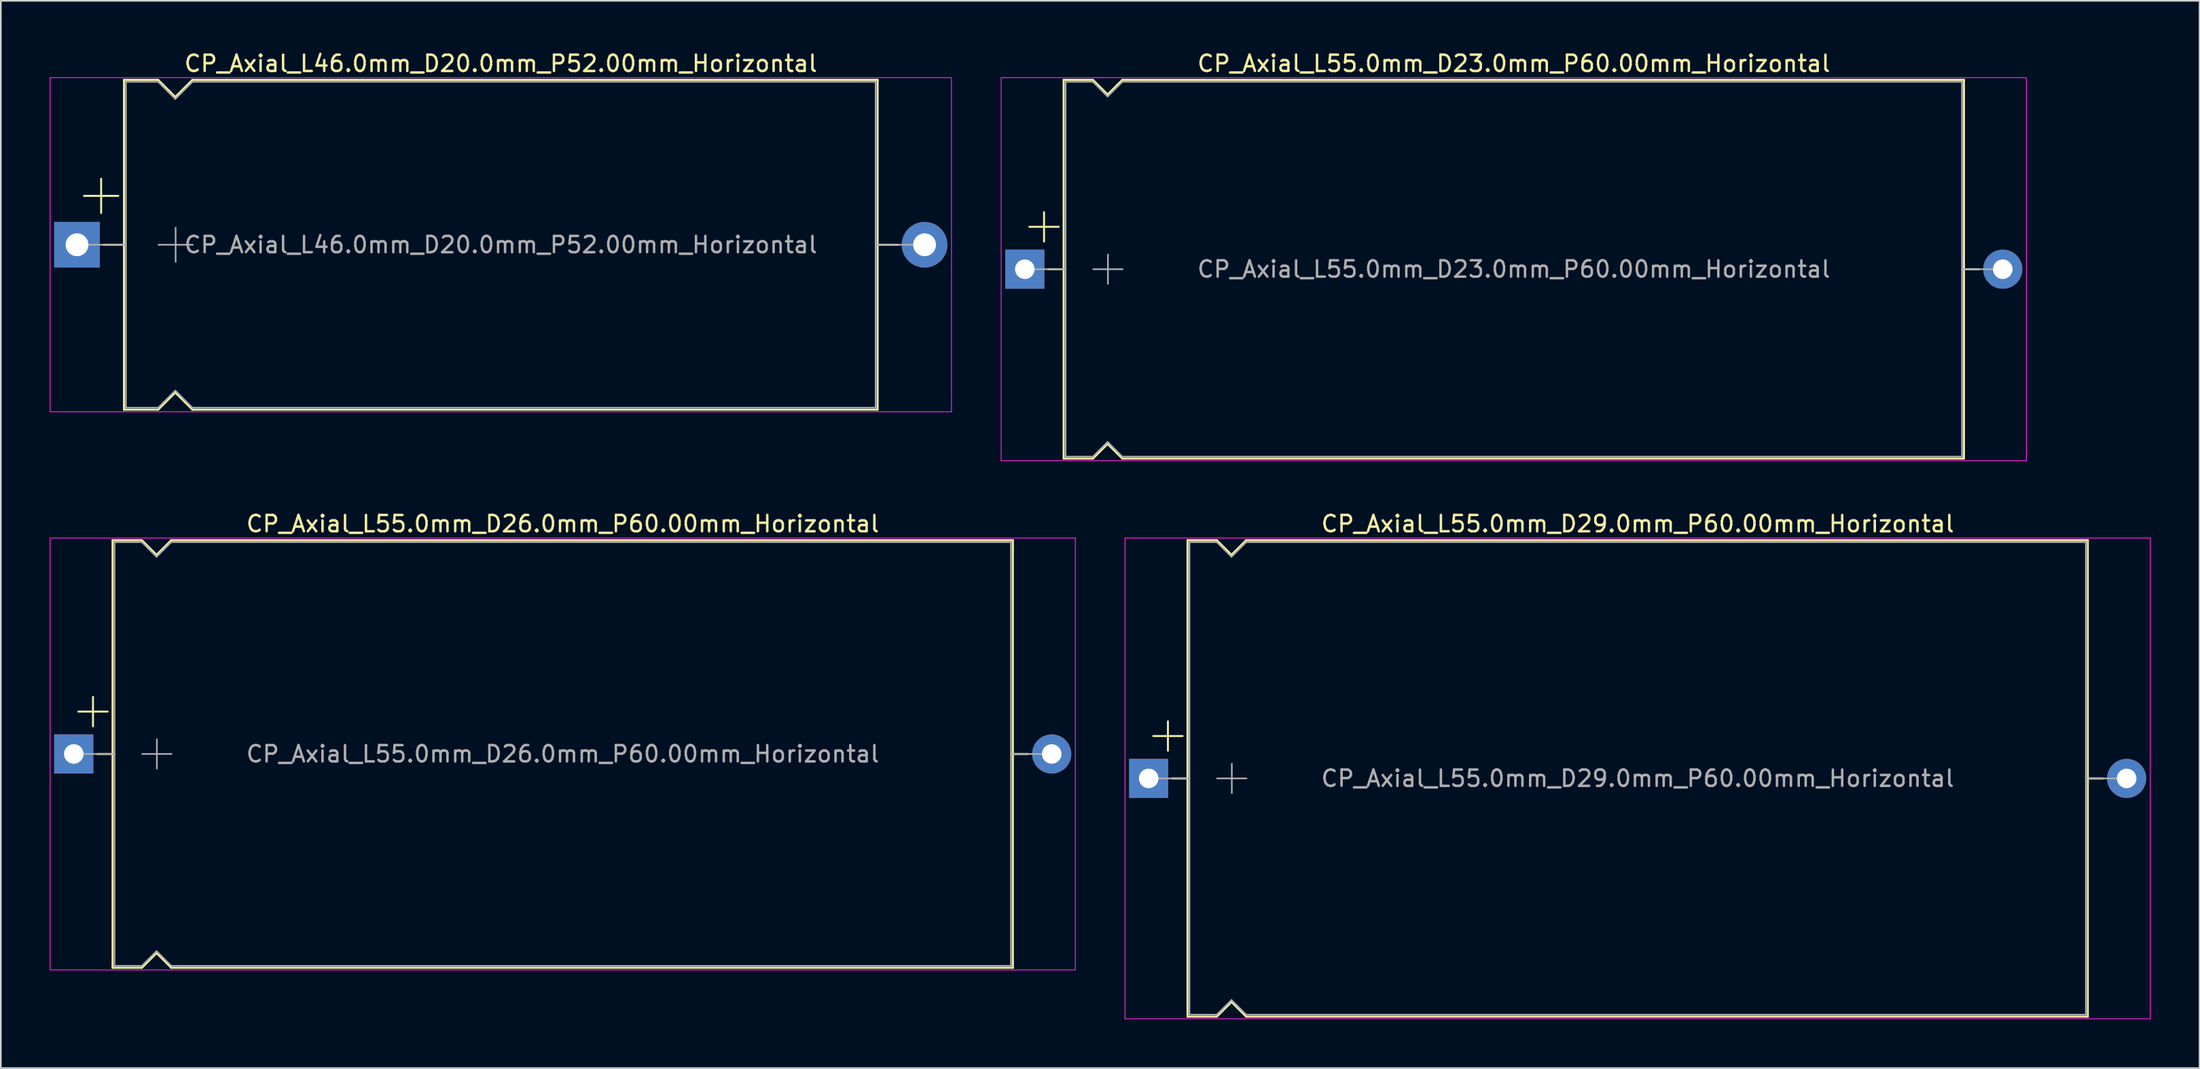
<source format=kicad_pcb>
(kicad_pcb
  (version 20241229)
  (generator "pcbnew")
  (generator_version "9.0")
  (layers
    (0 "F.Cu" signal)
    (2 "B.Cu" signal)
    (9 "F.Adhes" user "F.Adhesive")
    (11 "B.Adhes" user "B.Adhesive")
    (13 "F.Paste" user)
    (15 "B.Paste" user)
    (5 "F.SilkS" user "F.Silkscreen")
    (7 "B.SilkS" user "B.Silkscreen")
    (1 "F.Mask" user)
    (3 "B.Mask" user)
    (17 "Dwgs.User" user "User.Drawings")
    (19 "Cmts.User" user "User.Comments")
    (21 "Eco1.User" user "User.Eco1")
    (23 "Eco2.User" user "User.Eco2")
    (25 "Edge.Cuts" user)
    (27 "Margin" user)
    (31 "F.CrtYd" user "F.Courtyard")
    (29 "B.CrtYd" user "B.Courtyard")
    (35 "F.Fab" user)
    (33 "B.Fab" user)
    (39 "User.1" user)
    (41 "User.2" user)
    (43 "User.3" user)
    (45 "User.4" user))
  (footprint "CP_Axial_L55.0mm_D23.0mm_P60.00mm_Horizontal"
    (layer "F.Cu")
    (at 59.825 13.468)
    (property "Reference" "CP_Axial_L55.0mm_D23.0mm_P60.00mm_Horizontal" (at 30 -12.62 0) (layer "F.SilkS") (effects (font (size 1 1) (thickness 0.15))))
    (attr through_hole)
    (fp_line (start 0.28 -2.6) (end 2.08 -2.6) (stroke (width 0.12) (type solid)) (layer "F.SilkS"))
    (fp_line (start 1.18 -3.5) (end 1.18 -1.7) (stroke (width 0.12) (type solid)) (layer "F.SilkS"))
    (fp_line (start 1.44 0) (end 2.38 0) (stroke (width 0.12) (type solid)) (layer "F.SilkS"))
    (fp_line (start 2.38 -11.62) (end 2.38 11.62) (stroke (width 0.12) (type solid)) (layer "F.SilkS"))
    (fp_line (start 2.38 -11.62) (end 4.18 -11.62) (stroke (width 0.12) (type solid)) (layer "F.SilkS"))
    (fp_line (start 2.38 11.62) (end 4.18 11.62) (stroke (width 0.12) (type solid)) (layer "F.SilkS"))
    (fp_line (start 4.18 -11.62) (end 5.08 -10.72) (stroke (width 0.12) (type solid)) (layer "F.SilkS"))
    (fp_line (start 4.18 11.62) (end 5.08 10.72) (stroke (width 0.12) (type solid)) (layer "F.SilkS"))
    (fp_line (start 5.08 -10.72) (end 5.98 -11.62) (stroke (width 0.12) (type solid)) (layer "F.SilkS"))
    (fp_line (start 5.08 10.72) (end 5.98 11.62) (stroke (width 0.12) (type solid)) (layer "F.SilkS"))
    (fp_line (start 5.98 -11.62) (end 57.62 -11.62) (stroke (width 0.12) (type solid)) (layer "F.SilkS"))
    (fp_line (start 5.98 11.62) (end 57.62 11.62) (stroke (width 0.12) (type solid)) (layer "F.SilkS"))
    (fp_line (start 57.62 -11.62) (end 57.62 11.62) (stroke (width 0.12) (type solid)) (layer "F.SilkS"))
    (fp_line (start 58.56 0) (end 57.62 0) (stroke (width 0.12) (type solid)) (layer "F.SilkS"))
    (fp_line (start -1.45 -11.75) (end -1.45 11.75) (stroke (width 0.05) (type solid)) (layer "F.CrtYd"))
    (fp_line (start -1.45 11.75) (end 61.45 11.75) (stroke (width 0.05) (type solid)) (layer "F.CrtYd"))
    (fp_line (start 61.45 -11.75) (end -1.45 -11.75) (stroke (width 0.05) (type solid)) (layer "F.CrtYd"))
    (fp_line (start 61.45 11.75) (end 61.45 -11.75) (stroke (width 0.05) (type solid)) (layer "F.CrtYd"))
    (fp_line (start 0 0) (end 2.5 0) (stroke (width 0.1) (type solid)) (layer "F.Fab"))
    (fp_line (start 2.5 -11.5) (end 2.5 11.5) (stroke (width 0.1) (type solid)) (layer "F.Fab"))
    (fp_line (start 2.5 -11.5) (end 4.18 -11.5) (stroke (width 0.1) (type solid)) (layer "F.Fab"))
    (fp_line (start 2.5 11.5) (end 4.18 11.5) (stroke (width 0.1) (type solid)) (layer "F.Fab"))
    (fp_line (start 4.18 -11.5) (end 5.08 -10.6) (stroke (width 0.1) (type solid)) (layer "F.Fab"))
    (fp_line (start 4.18 11.5) (end 5.08 10.6) (stroke (width 0.1) (type solid)) (layer "F.Fab"))
    (fp_line (start 4.2 0) (end 6 0) (stroke (width 0.1) (type solid)) (layer "F.Fab"))
    (fp_line (start 5.08 -10.6) (end 5.98 -11.5) (stroke (width 0.1) (type solid)) (layer "F.Fab"))
    (fp_line (start 5.08 10.6) (end 5.98 11.5) (stroke (width 0.1) (type solid)) (layer "F.Fab"))
    (fp_line (start 5.1 -0.9) (end 5.1 0.9) (stroke (width 0.1) (type solid)) (layer "F.Fab"))
    (fp_line (start 5.98 -11.5) (end 57.5 -11.5) (stroke (width 0.1) (type solid)) (layer "F.Fab"))
    (fp_line (start 5.98 11.5) (end 57.5 11.5) (stroke (width 0.1) (type solid)) (layer "F.Fab"))
    (fp_line (start 57.5 -11.5) (end 57.5 11.5) (stroke (width 0.1) (type solid)) (layer "F.Fab"))
    (fp_line (start 60 0) (end 57.5 0) (stroke (width 0.1) (type solid)) (layer "F.Fab"))
    (fp_text user "${REFERENCE}" (at 30 0 0) (layer "F.Fab") (effects (font (size 1 1) (thickness 0.15))))
    (pad "1" thru_hole rect (at 0 0) (size 2.4 2.4) (drill 1.2) (layers "*.Cu" "*.Mask"))
    (pad "2" thru_hole oval (at 60 0) (size 2.4 2.4) (drill 1.2) (layers "*.Cu" "*.Mask")))
  (footprint "CP_Axial_L55.0mm_D26.0mm_P60.00mm_Horizontal"
    (layer "F.Cu")
    (at 1.475 43.212)
    (property "Reference" "CP_Axial_L55.0mm_D26.0mm_P60.00mm_Horizontal" (at 30 -14.12 0) (layer "F.SilkS") (effects (font (size 1 1) (thickness 0.15))))
    (attr through_hole)
    (fp_line (start 0.28 -2.6) (end 2.08 -2.6) (stroke (width 0.12) (type solid)) (layer "F.SilkS"))
    (fp_line (start 1.18 -3.5) (end 1.18 -1.7) (stroke (width 0.12) (type solid)) (layer "F.SilkS"))
    (fp_line (start 1.44 0) (end 2.38 0) (stroke (width 0.12) (type solid)) (layer "F.SilkS"))
    (fp_line (start 2.38 -13.12) (end 2.38 13.12) (stroke (width 0.12) (type solid)) (layer "F.SilkS"))
    (fp_line (start 2.38 -13.12) (end 4.18 -13.12) (stroke (width 0.12) (type solid)) (layer "F.SilkS"))
    (fp_line (start 2.38 13.12) (end 4.18 13.12) (stroke (width 0.12) (type solid)) (layer "F.SilkS"))
    (fp_line (start 4.18 -13.12) (end 5.08 -12.22) (stroke (width 0.12) (type solid)) (layer "F.SilkS"))
    (fp_line (start 4.18 13.12) (end 5.08 12.22) (stroke (width 0.12) (type solid)) (layer "F.SilkS"))
    (fp_line (start 5.08 -12.22) (end 5.98 -13.12) (stroke (width 0.12) (type solid)) (layer "F.SilkS"))
    (fp_line (start 5.08 12.22) (end 5.98 13.12) (stroke (width 0.12) (type solid)) (layer "F.SilkS"))
    (fp_line (start 5.98 -13.12) (end 57.62 -13.12) (stroke (width 0.12) (type solid)) (layer "F.SilkS"))
    (fp_line (start 5.98 13.12) (end 57.62 13.12) (stroke (width 0.12) (type solid)) (layer "F.SilkS"))
    (fp_line (start 57.62 -13.12) (end 57.62 13.12) (stroke (width 0.12) (type solid)) (layer "F.SilkS"))
    (fp_line (start 58.56 0) (end 57.62 0) (stroke (width 0.12) (type solid)) (layer "F.SilkS"))
    (fp_line (start -1.45 -13.25) (end -1.45 13.25) (stroke (width 0.05) (type solid)) (layer "F.CrtYd"))
    (fp_line (start -1.45 13.25) (end 61.45 13.25) (stroke (width 0.05) (type solid)) (layer "F.CrtYd"))
    (fp_line (start 61.45 -13.25) (end -1.45 -13.25) (stroke (width 0.05) (type solid)) (layer "F.CrtYd"))
    (fp_line (start 61.45 13.25) (end 61.45 -13.25) (stroke (width 0.05) (type solid)) (layer "F.CrtYd"))
    (fp_line (start 0 0) (end 2.5 0) (stroke (width 0.1) (type solid)) (layer "F.Fab"))
    (fp_line (start 2.5 -13) (end 2.5 13) (stroke (width 0.1) (type solid)) (layer "F.Fab"))
    (fp_line (start 2.5 -13) (end 4.18 -13) (stroke (width 0.1) (type solid)) (layer "F.Fab"))
    (fp_line (start 2.5 13) (end 4.18 13) (stroke (width 0.1) (type solid)) (layer "F.Fab"))
    (fp_line (start 4.18 -13) (end 5.08 -12.1) (stroke (width 0.1) (type solid)) (layer "F.Fab"))
    (fp_line (start 4.18 13) (end 5.08 12.1) (stroke (width 0.1) (type solid)) (layer "F.Fab"))
    (fp_line (start 4.2 0) (end 6 0) (stroke (width 0.1) (type solid)) (layer "F.Fab"))
    (fp_line (start 5.08 -12.1) (end 5.98 -13) (stroke (width 0.1) (type solid)) (layer "F.Fab"))
    (fp_line (start 5.08 12.1) (end 5.98 13) (stroke (width 0.1) (type solid)) (layer "F.Fab"))
    (fp_line (start 5.1 -0.9) (end 5.1 0.9) (stroke (width 0.1) (type solid)) (layer "F.Fab"))
    (fp_line (start 5.98 -13) (end 57.5 -13) (stroke (width 0.1) (type solid)) (layer "F.Fab"))
    (fp_line (start 5.98 13) (end 57.5 13) (stroke (width 0.1) (type solid)) (layer "F.Fab"))
    (fp_line (start 57.5 -13) (end 57.5 13) (stroke (width 0.1) (type solid)) (layer "F.Fab"))
    (fp_line (start 60 0) (end 57.5 0) (stroke (width 0.1) (type solid)) (layer "F.Fab"))
    (fp_text user "${REFERENCE}" (at 30 0 0) (layer "F.Fab") (effects (font (size 1 1) (thickness 0.15))))
    (pad "1" thru_hole rect (at 0 0) (size 2.4 2.4) (drill 1.2) (layers "*.Cu" "*.Mask"))
    (pad "2" thru_hole oval (at 60 0) (size 2.4 2.4) (drill 1.2) (layers "*.Cu" "*.Mask")))
  (footprint "CP_Axial_L46.0mm_D20.0mm_P52.00mm_Horizontal"
    (layer "F.Cu")
    (at 1.675 11.968)
    (property "Reference" "CP_Axial_L46.0mm_D20.0mm_P52.00mm_Horizontal" (at 26 -11.12 0) (layer "F.SilkS") (effects (font (size 1 1) (thickness 0.15))))
    (attr through_hole)
    (fp_line (start 0.43 -3) (end 2.53 -3) (stroke (width 0.12) (type solid)) (layer "F.SilkS"))
    (fp_line (start 1.48 -4.05) (end 1.48 -1.95) (stroke (width 0.12) (type solid)) (layer "F.SilkS"))
    (fp_line (start 1.64 0) (end 2.88 0) (stroke (width 0.12) (type solid)) (layer "F.SilkS"))
    (fp_line (start 2.88 -10.12) (end 2.88 10.12) (stroke (width 0.12) (type solid)) (layer "F.SilkS"))
    (fp_line (start 2.88 -10.12) (end 4.98 -10.12) (stroke (width 0.12) (type solid)) (layer "F.SilkS"))
    (fp_line (start 2.88 10.12) (end 4.98 10.12) (stroke (width 0.12) (type solid)) (layer "F.SilkS"))
    (fp_line (start 4.98 -10.12) (end 6.03 -9.07) (stroke (width 0.12) (type solid)) (layer "F.SilkS"))
    (fp_line (start 4.98 10.12) (end 6.03 9.07) (stroke (width 0.12) (type solid)) (layer "F.SilkS"))
    (fp_line (start 6.03 -9.07) (end 7.08 -10.12) (stroke (width 0.12) (type solid)) (layer "F.SilkS"))
    (fp_line (start 6.03 9.07) (end 7.08 10.12) (stroke (width 0.12) (type solid)) (layer "F.SilkS"))
    (fp_line (start 7.08 -10.12) (end 49.12 -10.12) (stroke (width 0.12) (type solid)) (layer "F.SilkS"))
    (fp_line (start 7.08 10.12) (end 49.12 10.12) (stroke (width 0.12) (type solid)) (layer "F.SilkS"))
    (fp_line (start 49.12 -10.12) (end 49.12 10.12) (stroke (width 0.12) (type solid)) (layer "F.SilkS"))
    (fp_line (start 50.36 0) (end 49.12 0) (stroke (width 0.12) (type solid)) (layer "F.SilkS"))
    (fp_line (start -1.65 -10.25) (end -1.65 10.25) (stroke (width 0.05) (type solid)) (layer "F.CrtYd"))
    (fp_line (start -1.65 10.25) (end 53.65 10.25) (stroke (width 0.05) (type solid)) (layer "F.CrtYd"))
    (fp_line (start 53.65 -10.25) (end -1.65 -10.25) (stroke (width 0.05) (type solid)) (layer "F.CrtYd"))
    (fp_line (start 53.65 10.25) (end 53.65 -10.25) (stroke (width 0.05) (type solid)) (layer "F.CrtYd"))
    (fp_line (start 0 0) (end 3 0) (stroke (width 0.1) (type solid)) (layer "F.Fab"))
    (fp_line (start 3 -10) (end 3 10) (stroke (width 0.1) (type solid)) (layer "F.Fab"))
    (fp_line (start 3 -10) (end 4.98 -10) (stroke (width 0.1) (type solid)) (layer "F.Fab"))
    (fp_line (start 3 10) (end 4.98 10) (stroke (width 0.1) (type solid)) (layer "F.Fab"))
    (fp_line (start 4.98 -10) (end 6.03 -8.95) (stroke (width 0.1) (type solid)) (layer "F.Fab"))
    (fp_line (start 4.98 10) (end 6.03 8.95) (stroke (width 0.1) (type solid)) (layer "F.Fab"))
    (fp_line (start 5 0) (end 7.1 0) (stroke (width 0.1) (type solid)) (layer "F.Fab"))
    (fp_line (start 6.03 -8.95) (end 7.08 -10) (stroke (width 0.1) (type solid)) (layer "F.Fab"))
    (fp_line (start 6.03 8.95) (end 7.08 10) (stroke (width 0.1) (type solid)) (layer "F.Fab"))
    (fp_line (start 6.05 -1.05) (end 6.05 1.05) (stroke (width 0.1) (type solid)) (layer "F.Fab"))
    (fp_line (start 7.08 -10) (end 49 -10) (stroke (width 0.1) (type solid)) (layer "F.Fab"))
    (fp_line (start 7.08 10) (end 49 10) (stroke (width 0.1) (type solid)) (layer "F.Fab"))
    (fp_line (start 49 -10) (end 49 10) (stroke (width 0.1) (type solid)) (layer "F.Fab"))
    (fp_line (start 52 0) (end 49 0) (stroke (width 0.1) (type solid)) (layer "F.Fab"))
    (fp_text user "${REFERENCE}" (at 26 0 0) (layer "F.Fab") (effects (font (size 1 1) (thickness 0.15))))
    (pad "1" thru_hole rect (at 0 0) (size 2.8 2.8) (drill 1.4) (layers "*.Cu" "*.Mask"))
    (pad "2" thru_hole oval (at 52 0) (size 2.8 2.8) (drill 1.4) (layers "*.Cu" "*.Mask")))
  (footprint "CP_Axial_L55.0mm_D29.0mm_P60.00mm_Horizontal"
    (layer "F.Cu")
    (at 67.425 44.712)
    (property "Reference" "CP_Axial_L55.0mm_D29.0mm_P60.00mm_Horizontal" (at 30 -15.62 0) (layer "F.SilkS") (effects (font (size 1 1) (thickness 0.15))))
    (attr through_hole)
    (fp_line (start 0.28 -2.6) (end 2.08 -2.6) (stroke (width 0.12) (type solid)) (layer "F.SilkS"))
    (fp_line (start 1.18 -3.5) (end 1.18 -1.7) (stroke (width 0.12) (type solid)) (layer "F.SilkS"))
    (fp_line (start 1.44 0) (end 2.38 0) (stroke (width 0.12) (type solid)) (layer "F.SilkS"))
    (fp_line (start 2.38 -14.62) (end 2.38 14.62) (stroke (width 0.12) (type solid)) (layer "F.SilkS"))
    (fp_line (start 2.38 -14.62) (end 4.18 -14.62) (stroke (width 0.12) (type solid)) (layer "F.SilkS"))
    (fp_line (start 2.38 14.62) (end 4.18 14.62) (stroke (width 0.12) (type solid)) (layer "F.SilkS"))
    (fp_line (start 4.18 -14.62) (end 5.08 -13.72) (stroke (width 0.12) (type solid)) (layer "F.SilkS"))
    (fp_line (start 4.18 14.62) (end 5.08 13.72) (stroke (width 0.12) (type solid)) (layer "F.SilkS"))
    (fp_line (start 5.08 -13.72) (end 5.98 -14.62) (stroke (width 0.12) (type solid)) (layer "F.SilkS"))
    (fp_line (start 5.08 13.72) (end 5.98 14.62) (stroke (width 0.12) (type solid)) (layer "F.SilkS"))
    (fp_line (start 5.98 -14.62) (end 57.62 -14.62) (stroke (width 0.12) (type solid)) (layer "F.SilkS"))
    (fp_line (start 5.98 14.62) (end 57.62 14.62) (stroke (width 0.12) (type solid)) (layer "F.SilkS"))
    (fp_line (start 57.62 -14.62) (end 57.62 14.62) (stroke (width 0.12) (type solid)) (layer "F.SilkS"))
    (fp_line (start 58.56 0) (end 57.62 0) (stroke (width 0.12) (type solid)) (layer "F.SilkS"))
    (fp_line (start -1.45 -14.75) (end -1.45 14.75) (stroke (width 0.05) (type solid)) (layer "F.CrtYd"))
    (fp_line (start -1.45 14.75) (end 61.45 14.75) (stroke (width 0.05) (type solid)) (layer "F.CrtYd"))
    (fp_line (start 61.45 -14.75) (end -1.45 -14.75) (stroke (width 0.05) (type solid)) (layer "F.CrtYd"))
    (fp_line (start 61.45 14.75) (end 61.45 -14.75) (stroke (width 0.05) (type solid)) (layer "F.CrtYd"))
    (fp_line (start 0 0) (end 2.5 0) (stroke (width 0.1) (type solid)) (layer "F.Fab"))
    (fp_line (start 2.5 -14.5) (end 2.5 14.5) (stroke (width 0.1) (type solid)) (layer "F.Fab"))
    (fp_line (start 2.5 -14.5) (end 4.18 -14.5) (stroke (width 0.1) (type solid)) (layer "F.Fab"))
    (fp_line (start 2.5 14.5) (end 4.18 14.5) (stroke (width 0.1) (type solid)) (layer "F.Fab"))
    (fp_line (start 4.18 -14.5) (end 5.08 -13.6) (stroke (width 0.1) (type solid)) (layer "F.Fab"))
    (fp_line (start 4.18 14.5) (end 5.08 13.6) (stroke (width 0.1) (type solid)) (layer "F.Fab"))
    (fp_line (start 4.2 0) (end 6 0) (stroke (width 0.1) (type solid)) (layer "F.Fab"))
    (fp_line (start 5.08 -13.6) (end 5.98 -14.5) (stroke (width 0.1) (type solid)) (layer "F.Fab"))
    (fp_line (start 5.08 13.6) (end 5.98 14.5) (stroke (width 0.1) (type solid)) (layer "F.Fab"))
    (fp_line (start 5.1 -0.9) (end 5.1 0.9) (stroke (width 0.1) (type solid)) (layer "F.Fab"))
    (fp_line (start 5.98 -14.5) (end 57.5 -14.5) (stroke (width 0.1) (type solid)) (layer "F.Fab"))
    (fp_line (start 5.98 14.5) (end 57.5 14.5) (stroke (width 0.1) (type solid)) (layer "F.Fab"))
    (fp_line (start 57.5 -14.5) (end 57.5 14.5) (stroke (width 0.1) (type solid)) (layer "F.Fab"))
    (fp_line (start 60 0) (end 57.5 0) (stroke (width 0.1) (type solid)) (layer "F.Fab"))
    (fp_text user "${REFERENCE}" (at 30 0 0) (layer "F.Fab") (effects (font (size 1 1) (thickness 0.15))))
    (pad "1" thru_hole rect (at 0 0) (size 2.4 2.4) (drill 1.2) (layers "*.Cu" "*.Mask"))
    (pad "2" thru_hole oval (at 60 0) (size 2.4 2.4) (drill 1.2) (layers "*.Cu" "*.Mask")))
  (gr_rect
    (start -3 -3)
    (end 131.9 62.486)
    (stroke (width 0.1) (type default))
    (fill no)
    (layer "Edge.Cuts")))
</source>
